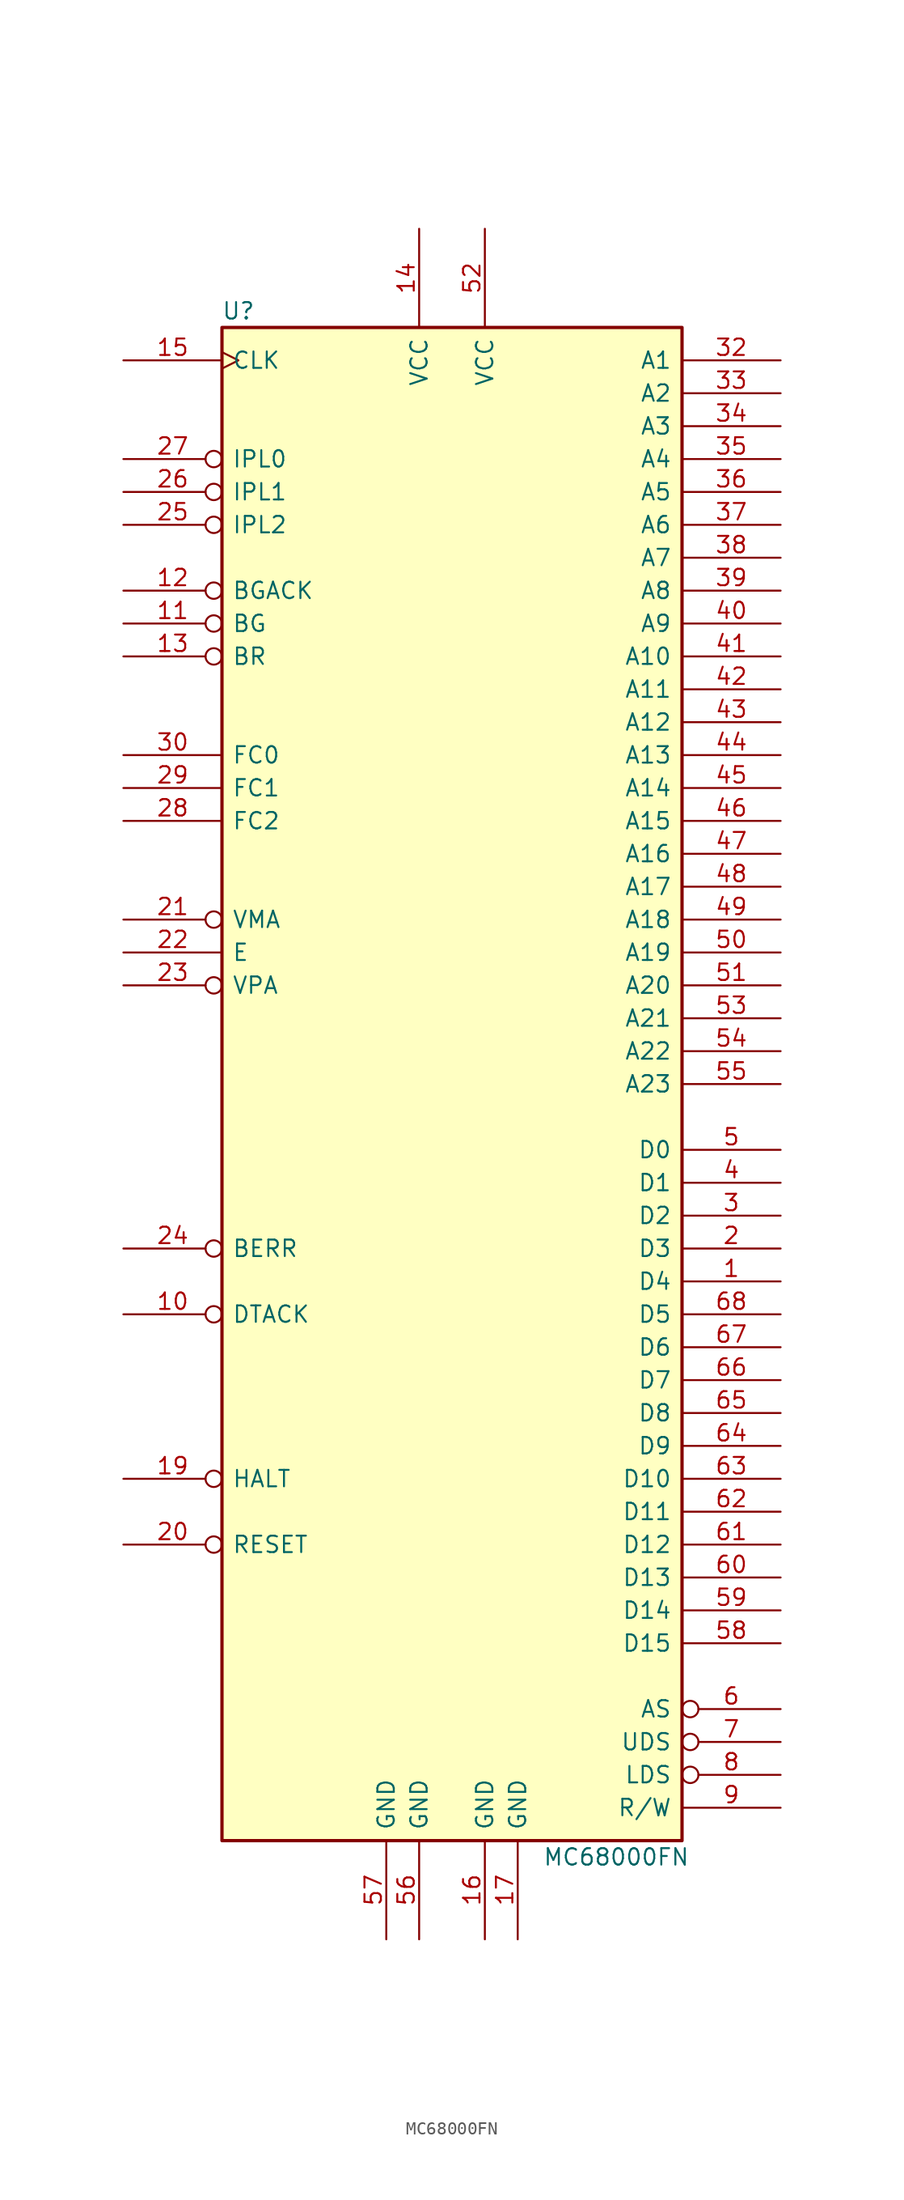
<source format=kicad_sym>
(kicad_symbol_lib
  (version 20201005)
  (generator kicad_symbol_editor)
  (symbol "MC68000FN"
    (pin_names
      (offset 0.762))
    (property "Reference" "U"
      (at -16.51 59.69 0)
      (effects (font (size 1.27 1.27))))
    (property "Value" "MC68000FN"
      (at 12.7 -59.69 0)
      (effects (font (size 1.27 1.27))))
    (symbol "MC68000FN_0_1"
      (rectangle (start -17.78 58.42) (end 17.78 -58.42) (stroke (width 0.254)) (fill (type background))))
    (symbol "MC68000FN_1_1"
      (pin bidirectional line (at 25.4 -15.24 180) (length 7.62) (name "D4" (effects (font (size 1.27 1.27)))) (number "1" (effects (font (size 1.27 1.27)))))
      (pin input inverted (at -25.4 -17.78 0) (length 7.62) (name "DTACK" (effects (font (size 1.27 1.27)))) (number "10" (effects (font (size 1.27 1.27)))))
      (pin output inverted (at -25.4 35.56 0) (length 7.62) (name "BG" (effects (font (size 1.27 1.27)))) (number "11" (effects (font (size 1.27 1.27)))))
      (pin input inverted (at -25.4 38.1 0) (length 7.62) (name "BGACK" (effects (font (size 1.27 1.27)))) (number "12" (effects (font (size 1.27 1.27)))))
      (pin input inverted (at -25.4 33.02 0) (length 7.62) (name "BR" (effects (font (size 1.27 1.27)))) (number "13" (effects (font (size 1.27 1.27)))))
      (pin power_in line (at -2.54 66.04 270) (length 7.62) (name "VCC" (effects (font (size 1.27 1.27)))) (number "14" (effects (font (size 1.27 1.27)))))
      (pin input clock (at -25.4 55.88 0) (length 7.62) (name "CLK" (effects (font (size 1.27 1.27)))) (number "15" (effects (font (size 1.27 1.27)))))
      (pin power_in line (at 2.54 -66.04 90) (length 7.62) (name "GND" (effects (font (size 1.27 1.27)))) (number "16" (effects (font (size 1.27 1.27)))))
      (pin power_in line (at 5.08 -66.04 90) (length 7.62) (name "GND" (effects (font (size 1.27 1.27)))) (number "17" (effects (font (size 1.27 1.27)))))
      (pin no_connect line (at -17.78 -45.72 0) (length 0) hide (name "NC" (effects (font (size 1.27 1.27)))) (number "18" (effects (font (size 1.27 1.27)))))
      (pin bidirectional inverted (at -25.4 -30.48 0) (length 7.62) (name "HALT" (effects (font (size 1.27 1.27)))) (number "19" (effects (font (size 1.27 1.27)))))
      (pin bidirectional line (at 25.4 -12.7 180) (length 7.62) (name "D3" (effects (font (size 1.27 1.27)))) (number "2" (effects (font (size 1.27 1.27)))))
      (pin input inverted (at -25.4 -35.56 0) (length 7.62) (name "RESET" (effects (font (size 1.27 1.27)))) (number "20" (effects (font (size 1.27 1.27)))))
      (pin output inverted (at -25.4 12.7 0) (length 7.62) (name "VMA" (effects (font (size 1.27 1.27)))) (number "21" (effects (font (size 1.27 1.27)))))
      (pin output line (at -25.4 10.16 0) (length 7.62) (name "E" (effects (font (size 1.27 1.27)))) (number "22" (effects (font (size 1.27 1.27)))))
      (pin input inverted (at -25.4 7.62 0) (length 7.62) (name "VPA" (effects (font (size 1.27 1.27)))) (number "23" (effects (font (size 1.27 1.27)))))
      (pin input inverted (at -25.4 -12.7 0) (length 7.62) (name "BERR" (effects (font (size 1.27 1.27)))) (number "24" (effects (font (size 1.27 1.27)))))
      (pin input inverted (at -25.4 43.18 0) (length 7.62) (name "IPL2" (effects (font (size 1.27 1.27)))) (number "25" (effects (font (size 1.27 1.27)))))
      (pin input inverted (at -25.4 45.72 0) (length 7.62) (name "IPL1" (effects (font (size 1.27 1.27)))) (number "26" (effects (font (size 1.27 1.27)))))
      (pin input inverted (at -25.4 48.26 0) (length 7.62) (name "IPL0" (effects (font (size 1.27 1.27)))) (number "27" (effects (font (size 1.27 1.27)))))
      (pin output line (at -25.4 20.32 0) (length 7.62) (name "FC2" (effects (font (size 1.27 1.27)))) (number "28" (effects (font (size 1.27 1.27)))))
      (pin output line (at -25.4 22.86 0) (length 7.62) (name "FC1" (effects (font (size 1.27 1.27)))) (number "29" (effects (font (size 1.27 1.27)))))
      (pin bidirectional line (at 25.4 -10.16 180) (length 7.62) (name "D2" (effects (font (size 1.27 1.27)))) (number "3" (effects (font (size 1.27 1.27)))))
      (pin output line (at -25.4 25.4 0) (length 7.62) (name "FC0" (effects (font (size 1.27 1.27)))) (number "30" (effects (font (size 1.27 1.27)))))
      (pin no_connect line (at -17.78 -48.26 0) (length 0) hide (name "NC" (effects (font (size 1.27 1.27)))) (number "31" (effects (font (size 1.27 1.27)))))
      (pin output line (at 25.4 55.88 180) (length 7.62) (name "A1" (effects (font (size 1.27 1.27)))) (number "32" (effects (font (size 1.27 1.27)))))
      (pin output line (at 25.4 53.34 180) (length 7.62) (name "A2" (effects (font (size 1.27 1.27)))) (number "33" (effects (font (size 1.27 1.27)))))
      (pin output line (at 25.4 50.8 180) (length 7.62) (name "A3" (effects (font (size 1.27 1.27)))) (number "34" (effects (font (size 1.27 1.27)))))
      (pin output line (at 25.4 48.26 180) (length 7.62) (name "A4" (effects (font (size 1.27 1.27)))) (number "35" (effects (font (size 1.27 1.27)))))
      (pin output line (at 25.4 45.72 180) (length 7.62) (name "A5" (effects (font (size 1.27 1.27)))) (number "36" (effects (font (size 1.27 1.27)))))
      (pin output line (at 25.4 43.18 180) (length 7.62) (name "A6" (effects (font (size 1.27 1.27)))) (number "37" (effects (font (size 1.27 1.27)))))
      (pin output line (at 25.4 40.64 180) (length 7.62) (name "A7" (effects (font (size 1.27 1.27)))) (number "38" (effects (font (size 1.27 1.27)))))
      (pin output line (at 25.4 38.1 180) (length 7.62) (name "A8" (effects (font (size 1.27 1.27)))) (number "39" (effects (font (size 1.27 1.27)))))
      (pin bidirectional line (at 25.4 -7.62 180) (length 7.62) (name "D1" (effects (font (size 1.27 1.27)))) (number "4" (effects (font (size 1.27 1.27)))))
      (pin output line (at 25.4 35.56 180) (length 7.62) (name "A9" (effects (font (size 1.27 1.27)))) (number "40" (effects (font (size 1.27 1.27)))))
      (pin output line (at 25.4 33.02 180) (length 7.62) (name "A10" (effects (font (size 1.27 1.27)))) (number "41" (effects (font (size 1.27 1.27)))))
      (pin output line (at 25.4 30.48 180) (length 7.62) (name "A11" (effects (font (size 1.27 1.27)))) (number "42" (effects (font (size 1.27 1.27)))))
      (pin output line (at 25.4 27.94 180) (length 7.62) (name "A12" (effects (font (size 1.27 1.27)))) (number "43" (effects (font (size 1.27 1.27)))))
      (pin output line (at 25.4 25.4 180) (length 7.62) (name "A13" (effects (font (size 1.27 1.27)))) (number "44" (effects (font (size 1.27 1.27)))))
      (pin output line (at 25.4 22.86 180) (length 7.62) (name "A14" (effects (font (size 1.27 1.27)))) (number "45" (effects (font (size 1.27 1.27)))))
      (pin output line (at 25.4 20.32 180) (length 7.62) (name "A15" (effects (font (size 1.27 1.27)))) (number "46" (effects (font (size 1.27 1.27)))))
      (pin output line (at 25.4 17.78 180) (length 7.62) (name "A16" (effects (font (size 1.27 1.27)))) (number "47" (effects (font (size 1.27 1.27)))))
      (pin output line (at 25.4 15.24 180) (length 7.62) (name "A17" (effects (font (size 1.27 1.27)))) (number "48" (effects (font (size 1.27 1.27)))))
      (pin output line (at 25.4 12.7 180) (length 7.62) (name "A18" (effects (font (size 1.27 1.27)))) (number "49" (effects (font (size 1.27 1.27)))))
      (pin bidirectional line (at 25.4 -5.08 180) (length 7.62) (name "D0" (effects (font (size 1.27 1.27)))) (number "5" (effects (font (size 1.27 1.27)))))
      (pin output line (at 25.4 10.16 180) (length 7.62) (name "A19" (effects (font (size 1.27 1.27)))) (number "50" (effects (font (size 1.27 1.27)))))
      (pin output line (at 25.4 7.62 180) (length 7.62) (name "A20" (effects (font (size 1.27 1.27)))) (number "51" (effects (font (size 1.27 1.27)))))
      (pin power_in line (at 2.54 66.04 270) (length 7.62) (name "VCC" (effects (font (size 1.27 1.27)))) (number "52" (effects (font (size 1.27 1.27)))))
      (pin output line (at 25.4 5.08 180) (length 7.62) (name "A21" (effects (font (size 1.27 1.27)))) (number "53" (effects (font (size 1.27 1.27)))))
      (pin output line (at 25.4 2.54 180) (length 7.62) (name "A22" (effects (font (size 1.27 1.27)))) (number "54" (effects (font (size 1.27 1.27)))))
      (pin output line (at 25.4 0 180) (length 7.62) (name "A23" (effects (font (size 1.27 1.27)))) (number "55" (effects (font (size 1.27 1.27)))))
      (pin power_in line (at -2.54 -66.04 90) (length 7.62) (name "GND" (effects (font (size 1.27 1.27)))) (number "56" (effects (font (size 1.27 1.27)))))
      (pin power_in line (at -5.08 -66.04 90) (length 7.62) (name "GND" (effects (font (size 1.27 1.27)))) (number "57" (effects (font (size 1.27 1.27)))))
      (pin bidirectional line (at 25.4 -43.18 180) (length 7.62) (name "D15" (effects (font (size 1.27 1.27)))) (number "58" (effects (font (size 1.27 1.27)))))
      (pin bidirectional line (at 25.4 -40.64 180) (length 7.62) (name "D14" (effects (font (size 1.27 1.27)))) (number "59" (effects (font (size 1.27 1.27)))))
      (pin output inverted (at 25.4 -48.26 180) (length 7.62) (name "AS" (effects (font (size 1.27 1.27)))) (number "6" (effects (font (size 1.27 1.27)))))
      (pin bidirectional line (at 25.4 -38.1 180) (length 7.62) (name "D13" (effects (font (size 1.27 1.27)))) (number "60" (effects (font (size 1.27 1.27)))))
      (pin bidirectional line (at 25.4 -35.56 180) (length 7.62) (name "D12" (effects (font (size 1.27 1.27)))) (number "61" (effects (font (size 1.27 1.27)))))
      (pin bidirectional line (at 25.4 -33.02 180) (length 7.62) (name "D11" (effects (font (size 1.27 1.27)))) (number "62" (effects (font (size 1.27 1.27)))))
      (pin bidirectional line (at 25.4 -30.48 180) (length 7.62) (name "D10" (effects (font (size 1.27 1.27)))) (number "63" (effects (font (size 1.27 1.27)))))
      (pin bidirectional line (at 25.4 -27.94 180) (length 7.62) (name "D9" (effects (font (size 1.27 1.27)))) (number "64" (effects (font (size 1.27 1.27)))))
      (pin bidirectional line (at 25.4 -25.4 180) (length 7.62) (name "D8" (effects (font (size 1.27 1.27)))) (number "65" (effects (font (size 1.27 1.27)))))
      (pin bidirectional line (at 25.4 -22.86 180) (length 7.62) (name "D7" (effects (font (size 1.27 1.27)))) (number "66" (effects (font (size 1.27 1.27)))))
      (pin bidirectional line (at 25.4 -20.32 180) (length 7.62) (name "D6" (effects (font (size 1.27 1.27)))) (number "67" (effects (font (size 1.27 1.27)))))
      (pin bidirectional line (at 25.4 -17.78 180) (length 7.62) (name "D5" (effects (font (size 1.27 1.27)))) (number "68" (effects (font (size 1.27 1.27)))))
      (pin output inverted (at 25.4 -50.8 180) (length 7.62) (name "UDS" (effects (font (size 1.27 1.27)))) (number "7" (effects (font (size 1.27 1.27)))))
      (pin output inverted (at 25.4 -53.34 180) (length 7.62) (name "LDS" (effects (font (size 1.27 1.27)))) (number "8" (effects (font (size 1.27 1.27)))))
      (pin output line (at 25.4 -55.88 180) (length 7.62) (name "R/W" (effects (font (size 1.27 1.27)))) (number "9" (effects (font (size 1.27 1.27))))))))
</source>
